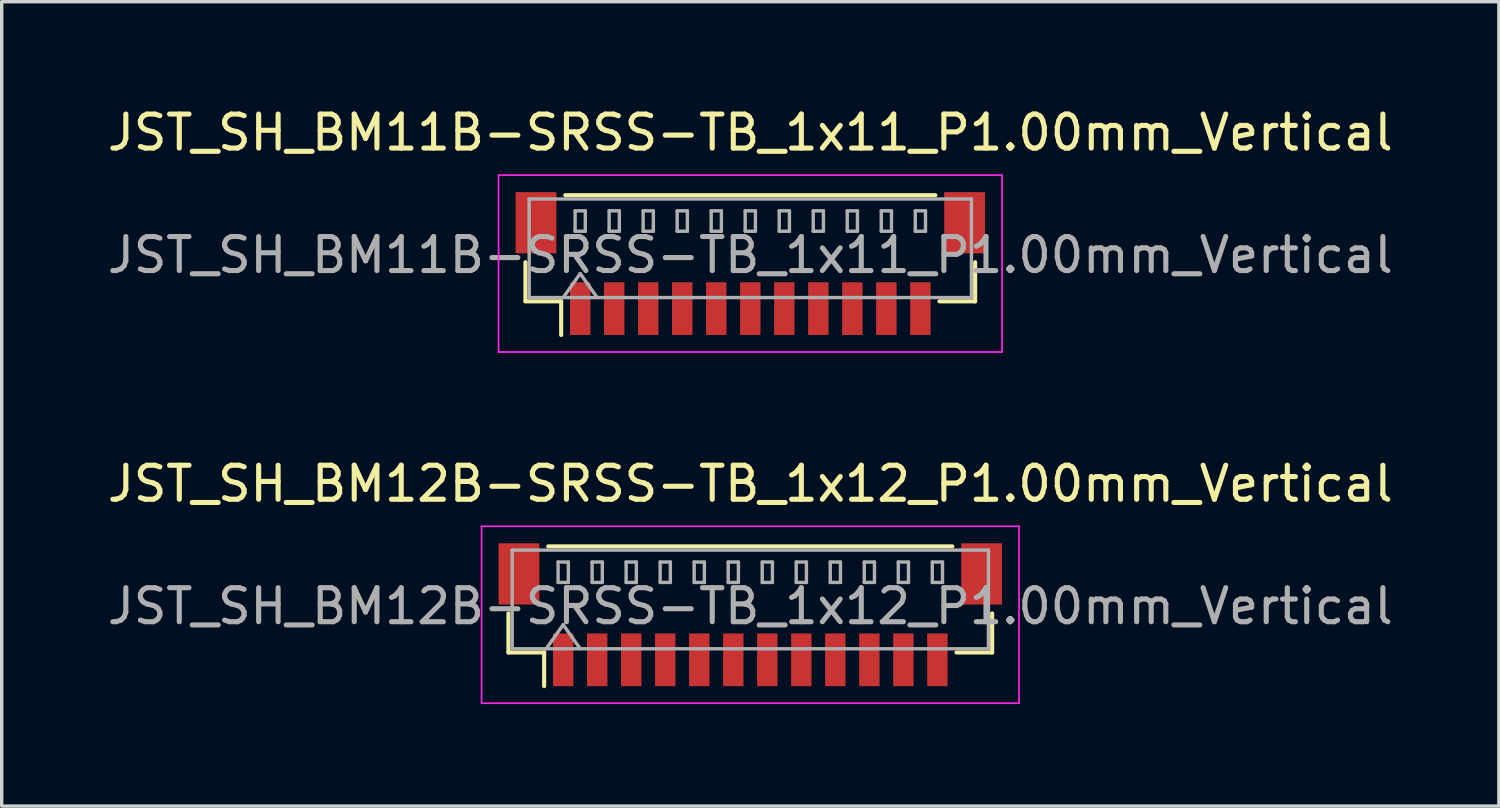
<source format=kicad_pcb>
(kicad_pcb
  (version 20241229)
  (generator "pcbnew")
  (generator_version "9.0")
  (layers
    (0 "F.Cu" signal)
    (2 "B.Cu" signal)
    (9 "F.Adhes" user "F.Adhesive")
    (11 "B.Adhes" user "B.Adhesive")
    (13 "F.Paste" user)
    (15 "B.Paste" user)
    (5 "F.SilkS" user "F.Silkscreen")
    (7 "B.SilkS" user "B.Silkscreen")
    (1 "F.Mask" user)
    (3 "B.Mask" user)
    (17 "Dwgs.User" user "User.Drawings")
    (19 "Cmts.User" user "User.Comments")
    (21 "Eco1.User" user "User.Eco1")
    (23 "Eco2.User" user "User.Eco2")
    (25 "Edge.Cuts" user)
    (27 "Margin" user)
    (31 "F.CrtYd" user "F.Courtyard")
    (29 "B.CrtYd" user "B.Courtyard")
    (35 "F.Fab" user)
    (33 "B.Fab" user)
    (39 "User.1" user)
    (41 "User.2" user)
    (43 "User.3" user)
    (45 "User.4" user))
  (footprint "JST_SH_BM11B-SRSS-TB_1x11_P1.00mm_Vertical"
    (layer "F.Cu")
    (at 19.006 4.698)
    (property "Reference" "JST_SH_BM11B-SRSS-TB_1x11_P1.00mm_Vertical" (at 0 -3.85 0) (layer "F.SilkS") (effects (font (size 1 1) (thickness 0.15))))
    (attr smd)
    (fp_line (start -6.61 -0.04) (end -6.61 1.11) (stroke (width 0.12) (type solid)) (layer "F.SilkS"))
    (fp_line (start -6.61 1.11) (end -5.56 1.11) (stroke (width 0.12) (type solid)) (layer "F.SilkS"))
    (fp_line (start -5.56 1.11) (end -5.56 2.1) (stroke (width 0.12) (type solid)) (layer "F.SilkS"))
    (fp_line (start -5.44 -2.01) (end 5.44 -2.01) (stroke (width 0.12) (type solid)) (layer "F.SilkS"))
    (fp_line (start 6.61 -0.04) (end 6.61 1.11) (stroke (width 0.12) (type solid)) (layer "F.SilkS"))
    (fp_line (start 6.61 1.11) (end 5.56 1.11) (stroke (width 0.12) (type solid)) (layer "F.SilkS"))
    (fp_line (start -7.4 -2.6) (end -7.4 2.6) (stroke (width 0.05) (type solid)) (layer "F.CrtYd"))
    (fp_line (start -7.4 2.6) (end 7.4 2.6) (stroke (width 0.05) (type solid)) (layer "F.CrtYd"))
    (fp_line (start 7.4 -2.6) (end -7.4 -2.6) (stroke (width 0.05) (type solid)) (layer "F.CrtYd"))
    (fp_line (start 7.4 2.6) (end 7.4 -2.6) (stroke (width 0.05) (type solid)) (layer "F.CrtYd"))
    (fp_line (start -6.5 -1.9) (end 6.5 -1.9) (stroke (width 0.1) (type solid)) (layer "F.Fab"))
    (fp_line (start -6.5 1) (end -6.5 -1.9) (stroke (width 0.1) (type solid)) (layer "F.Fab"))
    (fp_line (start -6.5 1) (end 6.5 1) (stroke (width 0.1) (type solid)) (layer "F.Fab"))
    (fp_line (start -5.5 1) (end -5 0.293) (stroke (width 0.1) (type solid)) (layer "F.Fab"))
    (fp_line (start -5.15 -1.55) (end -5.15 -0.95) (stroke (width 0.1) (type solid)) (layer "F.Fab"))
    (fp_line (start -5.15 -0.95) (end -4.85 -0.95) (stroke (width 0.1) (type solid)) (layer "F.Fab"))
    (fp_line (start -5 0.293) (end -4.5 1) (stroke (width 0.1) (type solid)) (layer "F.Fab"))
    (fp_line (start -4.85 -1.55) (end -5.15 -1.55) (stroke (width 0.1) (type solid)) (layer "F.Fab"))
    (fp_line (start -4.85 -0.95) (end -4.85 -1.55) (stroke (width 0.1) (type solid)) (layer "F.Fab"))
    (fp_line (start -4.15 -1.55) (end -4.15 -0.95) (stroke (width 0.1) (type solid)) (layer "F.Fab"))
    (fp_line (start -4.15 -0.95) (end -3.85 -0.95) (stroke (width 0.1) (type solid)) (layer "F.Fab"))
    (fp_line (start -3.85 -1.55) (end -4.15 -1.55) (stroke (width 0.1) (type solid)) (layer "F.Fab"))
    (fp_line (start -3.85 -0.95) (end -3.85 -1.55) (stroke (width 0.1) (type solid)) (layer "F.Fab"))
    (fp_line (start -3.15 -1.55) (end -3.15 -0.95) (stroke (width 0.1) (type solid)) (layer "F.Fab"))
    (fp_line (start -3.15 -0.95) (end -2.85 -0.95) (stroke (width 0.1) (type solid)) (layer "F.Fab"))
    (fp_line (start -2.85 -1.55) (end -3.15 -1.55) (stroke (width 0.1) (type solid)) (layer "F.Fab"))
    (fp_line (start -2.85 -0.95) (end -2.85 -1.55) (stroke (width 0.1) (type solid)) (layer "F.Fab"))
    (fp_line (start -2.15 -1.55) (end -2.15 -0.95) (stroke (width 0.1) (type solid)) (layer "F.Fab"))
    (fp_line (start -2.15 -0.95) (end -1.85 -0.95) (stroke (width 0.1) (type solid)) (layer "F.Fab"))
    (fp_line (start -1.85 -1.55) (end -2.15 -1.55) (stroke (width 0.1) (type solid)) (layer "F.Fab"))
    (fp_line (start -1.85 -0.95) (end -1.85 -1.55) (stroke (width 0.1) (type solid)) (layer "F.Fab"))
    (fp_line (start -1.15 -1.55) (end -1.15 -0.95) (stroke (width 0.1) (type solid)) (layer "F.Fab"))
    (fp_line (start -1.15 -0.95) (end -0.85 -0.95) (stroke (width 0.1) (type solid)) (layer "F.Fab"))
    (fp_line (start -0.85 -1.55) (end -1.15 -1.55) (stroke (width 0.1) (type solid)) (layer "F.Fab"))
    (fp_line (start -0.85 -0.95) (end -0.85 -1.55) (stroke (width 0.1) (type solid)) (layer "F.Fab"))
    (fp_line (start -0.15 -1.55) (end -0.15 -0.95) (stroke (width 0.1) (type solid)) (layer "F.Fab"))
    (fp_line (start -0.15 -0.95) (end 0.15 -0.95) (stroke (width 0.1) (type solid)) (layer "F.Fab"))
    (fp_line (start 0.15 -1.55) (end -0.15 -1.55) (stroke (width 0.1) (type solid)) (layer "F.Fab"))
    (fp_line (start 0.15 -0.95) (end 0.15 -1.55) (stroke (width 0.1) (type solid)) (layer "F.Fab"))
    (fp_line (start 0.85 -1.55) (end 0.85 -0.95) (stroke (width 0.1) (type solid)) (layer "F.Fab"))
    (fp_line (start 0.85 -0.95) (end 1.15 -0.95) (stroke (width 0.1) (type solid)) (layer "F.Fab"))
    (fp_line (start 1.15 -1.55) (end 0.85 -1.55) (stroke (width 0.1) (type solid)) (layer "F.Fab"))
    (fp_line (start 1.15 -0.95) (end 1.15 -1.55) (stroke (width 0.1) (type solid)) (layer "F.Fab"))
    (fp_line (start 1.85 -1.55) (end 1.85 -0.95) (stroke (width 0.1) (type solid)) (layer "F.Fab"))
    (fp_line (start 1.85 -0.95) (end 2.15 -0.95) (stroke (width 0.1) (type solid)) (layer "F.Fab"))
    (fp_line (start 2.15 -1.55) (end 1.85 -1.55) (stroke (width 0.1) (type solid)) (layer "F.Fab"))
    (fp_line (start 2.15 -0.95) (end 2.15 -1.55) (stroke (width 0.1) (type solid)) (layer "F.Fab"))
    (fp_line (start 2.85 -1.55) (end 2.85 -0.95) (stroke (width 0.1) (type solid)) (layer "F.Fab"))
    (fp_line (start 2.85 -0.95) (end 3.15 -0.95) (stroke (width 0.1) (type solid)) (layer "F.Fab"))
    (fp_line (start 3.15 -1.55) (end 2.85 -1.55) (stroke (width 0.1) (type solid)) (layer "F.Fab"))
    (fp_line (start 3.15 -0.95) (end 3.15 -1.55) (stroke (width 0.1) (type solid)) (layer "F.Fab"))
    (fp_line (start 3.85 -1.55) (end 3.85 -0.95) (stroke (width 0.1) (type solid)) (layer "F.Fab"))
    (fp_line (start 3.85 -0.95) (end 4.15 -0.95) (stroke (width 0.1) (type solid)) (layer "F.Fab"))
    (fp_line (start 4.15 -1.55) (end 3.85 -1.55) (stroke (width 0.1) (type solid)) (layer "F.Fab"))
    (fp_line (start 4.15 -0.95) (end 4.15 -1.55) (stroke (width 0.1) (type solid)) (layer "F.Fab"))
    (fp_line (start 4.85 -1.55) (end 4.85 -0.95) (stroke (width 0.1) (type solid)) (layer "F.Fab"))
    (fp_line (start 4.85 -0.95) (end 5.15 -0.95) (stroke (width 0.1) (type solid)) (layer "F.Fab"))
    (fp_line (start 5.15 -1.55) (end 4.85 -1.55) (stroke (width 0.1) (type solid)) (layer "F.Fab"))
    (fp_line (start 5.15 -0.95) (end 5.15 -1.55) (stroke (width 0.1) (type solid)) (layer "F.Fab"))
    (fp_line (start 6.5 1) (end 6.5 -1.9) (stroke (width 0.1) (type solid)) (layer "F.Fab"))
    (fp_text user "${REFERENCE}" (at 0 -0.25 0) (layer "F.Fab") (effects (font (size 1 1) (thickness 0.15))))
    (pad "" smd rect (at -6.3 -1.2) (size 1.2 1.8) (layers "F.Cu" "F.Mask" "F.Paste"))
    (pad "" smd rect (at 6.3 -1.2) (size 1.2 1.8) (layers "F.Cu" "F.Mask" "F.Paste"))
    (pad "1" smd rect (at -5 1.325) (size 0.6 1.55) (layers "F.Cu" "F.Mask" "F.Paste"))
    (pad "2" smd rect (at -4 1.325) (size 0.6 1.55) (layers "F.Cu" "F.Mask" "F.Paste"))
    (pad "3" smd rect (at -3 1.325) (size 0.6 1.55) (layers "F.Cu" "F.Mask" "F.Paste"))
    (pad "4" smd rect (at -2 1.325) (size 0.6 1.55) (layers "F.Cu" "F.Mask" "F.Paste"))
    (pad "5" smd rect (at -1 1.325) (size 0.6 1.55) (layers "F.Cu" "F.Mask" "F.Paste"))
    (pad "6" smd rect (at 0 1.325) (size 0.6 1.55) (layers "F.Cu" "F.Mask" "F.Paste"))
    (pad "7" smd rect (at 1 1.325) (size 0.6 1.55) (layers "F.Cu" "F.Mask" "F.Paste"))
    (pad "8" smd rect (at 2 1.325) (size 0.6 1.55) (layers "F.Cu" "F.Mask" "F.Paste"))
    (pad "9" smd rect (at 3 1.325) (size 0.6 1.55) (layers "F.Cu" "F.Mask" "F.Paste"))
    (pad "10" smd rect (at 4 1.325) (size 0.6 1.55) (layers "F.Cu" "F.Mask" "F.Paste"))
    (pad "11" smd rect (at 5 1.325) (size 0.6 1.55) (layers "F.Cu" "F.Mask" "F.Paste")))
  (footprint "JST_SH_BM12B-SRSS-TB_1x12_P1.00mm_Vertical"
    (layer "F.Cu")
    (at 19.006 15.021)
    (property "Reference" "JST_SH_BM12B-SRSS-TB_1x12_P1.00mm_Vertical" (at 0 -3.85 0) (layer "F.SilkS") (effects (font (size 1 1) (thickness 0.15))))
    (attr smd)
    (fp_line (start -7.11 -0.04) (end -7.11 1.11) (stroke (width 0.12) (type solid)) (layer "F.SilkS"))
    (fp_line (start -7.11 1.11) (end -6.06 1.11) (stroke (width 0.12) (type solid)) (layer "F.SilkS"))
    (fp_line (start -6.06 1.11) (end -6.06 2.1) (stroke (width 0.12) (type solid)) (layer "F.SilkS"))
    (fp_line (start -5.94 -2.01) (end 5.94 -2.01) (stroke (width 0.12) (type solid)) (layer "F.SilkS"))
    (fp_line (start 7.11 -0.04) (end 7.11 1.11) (stroke (width 0.12) (type solid)) (layer "F.SilkS"))
    (fp_line (start 7.11 1.11) (end 6.06 1.11) (stroke (width 0.12) (type solid)) (layer "F.SilkS"))
    (fp_line (start -7.9 -2.6) (end -7.9 2.6) (stroke (width 0.05) (type solid)) (layer "F.CrtYd"))
    (fp_line (start -7.9 2.6) (end 7.9 2.6) (stroke (width 0.05) (type solid)) (layer "F.CrtYd"))
    (fp_line (start 7.9 -2.6) (end -7.9 -2.6) (stroke (width 0.05) (type solid)) (layer "F.CrtYd"))
    (fp_line (start 7.9 2.6) (end 7.9 -2.6) (stroke (width 0.05) (type solid)) (layer "F.CrtYd"))
    (fp_line (start -7 -1.9) (end 7 -1.9) (stroke (width 0.1) (type solid)) (layer "F.Fab"))
    (fp_line (start -7 1) (end -7 -1.9) (stroke (width 0.1) (type solid)) (layer "F.Fab"))
    (fp_line (start -7 1) (end 7 1) (stroke (width 0.1) (type solid)) (layer "F.Fab"))
    (fp_line (start -6 1) (end -5.5 0.293) (stroke (width 0.1) (type solid)) (layer "F.Fab"))
    (fp_line (start -5.65 -1.55) (end -5.65 -0.95) (stroke (width 0.1) (type solid)) (layer "F.Fab"))
    (fp_line (start -5.65 -0.95) (end -5.35 -0.95) (stroke (width 0.1) (type solid)) (layer "F.Fab"))
    (fp_line (start -5.5 0.293) (end -5 1) (stroke (width 0.1) (type solid)) (layer "F.Fab"))
    (fp_line (start -5.35 -1.55) (end -5.65 -1.55) (stroke (width 0.1) (type solid)) (layer "F.Fab"))
    (fp_line (start -5.35 -0.95) (end -5.35 -1.55) (stroke (width 0.1) (type solid)) (layer "F.Fab"))
    (fp_line (start -4.65 -1.55) (end -4.65 -0.95) (stroke (width 0.1) (type solid)) (layer "F.Fab"))
    (fp_line (start -4.65 -0.95) (end -4.35 -0.95) (stroke (width 0.1) (type solid)) (layer "F.Fab"))
    (fp_line (start -4.35 -1.55) (end -4.65 -1.55) (stroke (width 0.1) (type solid)) (layer "F.Fab"))
    (fp_line (start -4.35 -0.95) (end -4.35 -1.55) (stroke (width 0.1) (type solid)) (layer "F.Fab"))
    (fp_line (start -3.65 -1.55) (end -3.65 -0.95) (stroke (width 0.1) (type solid)) (layer "F.Fab"))
    (fp_line (start -3.65 -0.95) (end -3.35 -0.95) (stroke (width 0.1) (type solid)) (layer "F.Fab"))
    (fp_line (start -3.35 -1.55) (end -3.65 -1.55) (stroke (width 0.1) (type solid)) (layer "F.Fab"))
    (fp_line (start -3.35 -0.95) (end -3.35 -1.55) (stroke (width 0.1) (type solid)) (layer "F.Fab"))
    (fp_line (start -2.65 -1.55) (end -2.65 -0.95) (stroke (width 0.1) (type solid)) (layer "F.Fab"))
    (fp_line (start -2.65 -0.95) (end -2.35 -0.95) (stroke (width 0.1) (type solid)) (layer "F.Fab"))
    (fp_line (start -2.35 -1.55) (end -2.65 -1.55) (stroke (width 0.1) (type solid)) (layer "F.Fab"))
    (fp_line (start -2.35 -0.95) (end -2.35 -1.55) (stroke (width 0.1) (type solid)) (layer "F.Fab"))
    (fp_line (start -1.65 -1.55) (end -1.65 -0.95) (stroke (width 0.1) (type solid)) (layer "F.Fab"))
    (fp_line (start -1.65 -0.95) (end -1.35 -0.95) (stroke (width 0.1) (type solid)) (layer "F.Fab"))
    (fp_line (start -1.35 -1.55) (end -1.65 -1.55) (stroke (width 0.1) (type solid)) (layer "F.Fab"))
    (fp_line (start -1.35 -0.95) (end -1.35 -1.55) (stroke (width 0.1) (type solid)) (layer "F.Fab"))
    (fp_line (start -0.65 -1.55) (end -0.65 -0.95) (stroke (width 0.1) (type solid)) (layer "F.Fab"))
    (fp_line (start -0.65 -0.95) (end -0.35 -0.95) (stroke (width 0.1) (type solid)) (layer "F.Fab"))
    (fp_line (start -0.35 -1.55) (end -0.65 -1.55) (stroke (width 0.1) (type solid)) (layer "F.Fab"))
    (fp_line (start -0.35 -0.95) (end -0.35 -1.55) (stroke (width 0.1) (type solid)) (layer "F.Fab"))
    (fp_line (start 0.35 -1.55) (end 0.35 -0.95) (stroke (width 0.1) (type solid)) (layer "F.Fab"))
    (fp_line (start 0.35 -0.95) (end 0.65 -0.95) (stroke (width 0.1) (type solid)) (layer "F.Fab"))
    (fp_line (start 0.65 -1.55) (end 0.35 -1.55) (stroke (width 0.1) (type solid)) (layer "F.Fab"))
    (fp_line (start 0.65 -0.95) (end 0.65 -1.55) (stroke (width 0.1) (type solid)) (layer "F.Fab"))
    (fp_line (start 1.35 -1.55) (end 1.35 -0.95) (stroke (width 0.1) (type solid)) (layer "F.Fab"))
    (fp_line (start 1.35 -0.95) (end 1.65 -0.95) (stroke (width 0.1) (type solid)) (layer "F.Fab"))
    (fp_line (start 1.65 -1.55) (end 1.35 -1.55) (stroke (width 0.1) (type solid)) (layer "F.Fab"))
    (fp_line (start 1.65 -0.95) (end 1.65 -1.55) (stroke (width 0.1) (type solid)) (layer "F.Fab"))
    (fp_line (start 2.35 -1.55) (end 2.35 -0.95) (stroke (width 0.1) (type solid)) (layer "F.Fab"))
    (fp_line (start 2.35 -0.95) (end 2.65 -0.95) (stroke (width 0.1) (type solid)) (layer "F.Fab"))
    (fp_line (start 2.65 -1.55) (end 2.35 -1.55) (stroke (width 0.1) (type solid)) (layer "F.Fab"))
    (fp_line (start 2.65 -0.95) (end 2.65 -1.55) (stroke (width 0.1) (type solid)) (layer "F.Fab"))
    (fp_line (start 3.35 -1.55) (end 3.35 -0.95) (stroke (width 0.1) (type solid)) (layer "F.Fab"))
    (fp_line (start 3.35 -0.95) (end 3.65 -0.95) (stroke (width 0.1) (type solid)) (layer "F.Fab"))
    (fp_line (start 3.65 -1.55) (end 3.35 -1.55) (stroke (width 0.1) (type solid)) (layer "F.Fab"))
    (fp_line (start 3.65 -0.95) (end 3.65 -1.55) (stroke (width 0.1) (type solid)) (layer "F.Fab"))
    (fp_line (start 4.35 -1.55) (end 4.35 -0.95) (stroke (width 0.1) (type solid)) (layer "F.Fab"))
    (fp_line (start 4.35 -0.95) (end 4.65 -0.95) (stroke (width 0.1) (type solid)) (layer "F.Fab"))
    (fp_line (start 4.65 -1.55) (end 4.35 -1.55) (stroke (width 0.1) (type solid)) (layer "F.Fab"))
    (fp_line (start 4.65 -0.95) (end 4.65 -1.55) (stroke (width 0.1) (type solid)) (layer "F.Fab"))
    (fp_line (start 5.35 -1.55) (end 5.35 -0.95) (stroke (width 0.1) (type solid)) (layer "F.Fab"))
    (fp_line (start 5.35 -0.95) (end 5.65 -0.95) (stroke (width 0.1) (type solid)) (layer "F.Fab"))
    (fp_line (start 5.65 -1.55) (end 5.35 -1.55) (stroke (width 0.1) (type solid)) (layer "F.Fab"))
    (fp_line (start 5.65 -0.95) (end 5.65 -1.55) (stroke (width 0.1) (type solid)) (layer "F.Fab"))
    (fp_line (start 7 1) (end 7 -1.9) (stroke (width 0.1) (type solid)) (layer "F.Fab"))
    (fp_text user "${REFERENCE}" (at 0 -0.25 0) (layer "F.Fab") (effects (font (size 1 1) (thickness 0.15))))
    (pad "" smd rect (at -6.8 -1.2) (size 1.2 1.8) (layers "F.Cu" "F.Mask" "F.Paste"))
    (pad "" smd rect (at 6.8 -1.2) (size 1.2 1.8) (layers "F.Cu" "F.Mask" "F.Paste"))
    (pad "1" smd rect (at -5.5 1.325) (size 0.6 1.55) (layers "F.Cu" "F.Mask" "F.Paste"))
    (pad "2" smd rect (at -4.5 1.325) (size 0.6 1.55) (layers "F.Cu" "F.Mask" "F.Paste"))
    (pad "3" smd rect (at -3.5 1.325) (size 0.6 1.55) (layers "F.Cu" "F.Mask" "F.Paste"))
    (pad "4" smd rect (at -2.5 1.325) (size 0.6 1.55) (layers "F.Cu" "F.Mask" "F.Paste"))
    (pad "5" smd rect (at -1.5 1.325) (size 0.6 1.55) (layers "F.Cu" "F.Mask" "F.Paste"))
    (pad "6" smd rect (at -0.5 1.325) (size 0.6 1.55) (layers "F.Cu" "F.Mask" "F.Paste"))
    (pad "7" smd rect (at 0.5 1.325) (size 0.6 1.55) (layers "F.Cu" "F.Mask" "F.Paste"))
    (pad "8" smd rect (at 1.5 1.325) (size 0.6 1.55) (layers "F.Cu" "F.Mask" "F.Paste"))
    (pad "9" smd rect (at 2.5 1.325) (size 0.6 1.55) (layers "F.Cu" "F.Mask" "F.Paste"))
    (pad "10" smd rect (at 3.5 1.325) (size 0.6 1.55) (layers "F.Cu" "F.Mask" "F.Paste"))
    (pad "11" smd rect (at 4.5 1.325) (size 0.6 1.55) (layers "F.Cu" "F.Mask" "F.Paste"))
    (pad "12" smd rect (at 5.5 1.325) (size 0.6 1.55) (layers "F.Cu" "F.Mask" "F.Paste")))
  (gr_rect
    (start -3 -3)
    (end 41.012 20.646)
    (stroke (width 0.1) (type default))
    (fill no)
    (layer "Edge.Cuts")))
</source>
